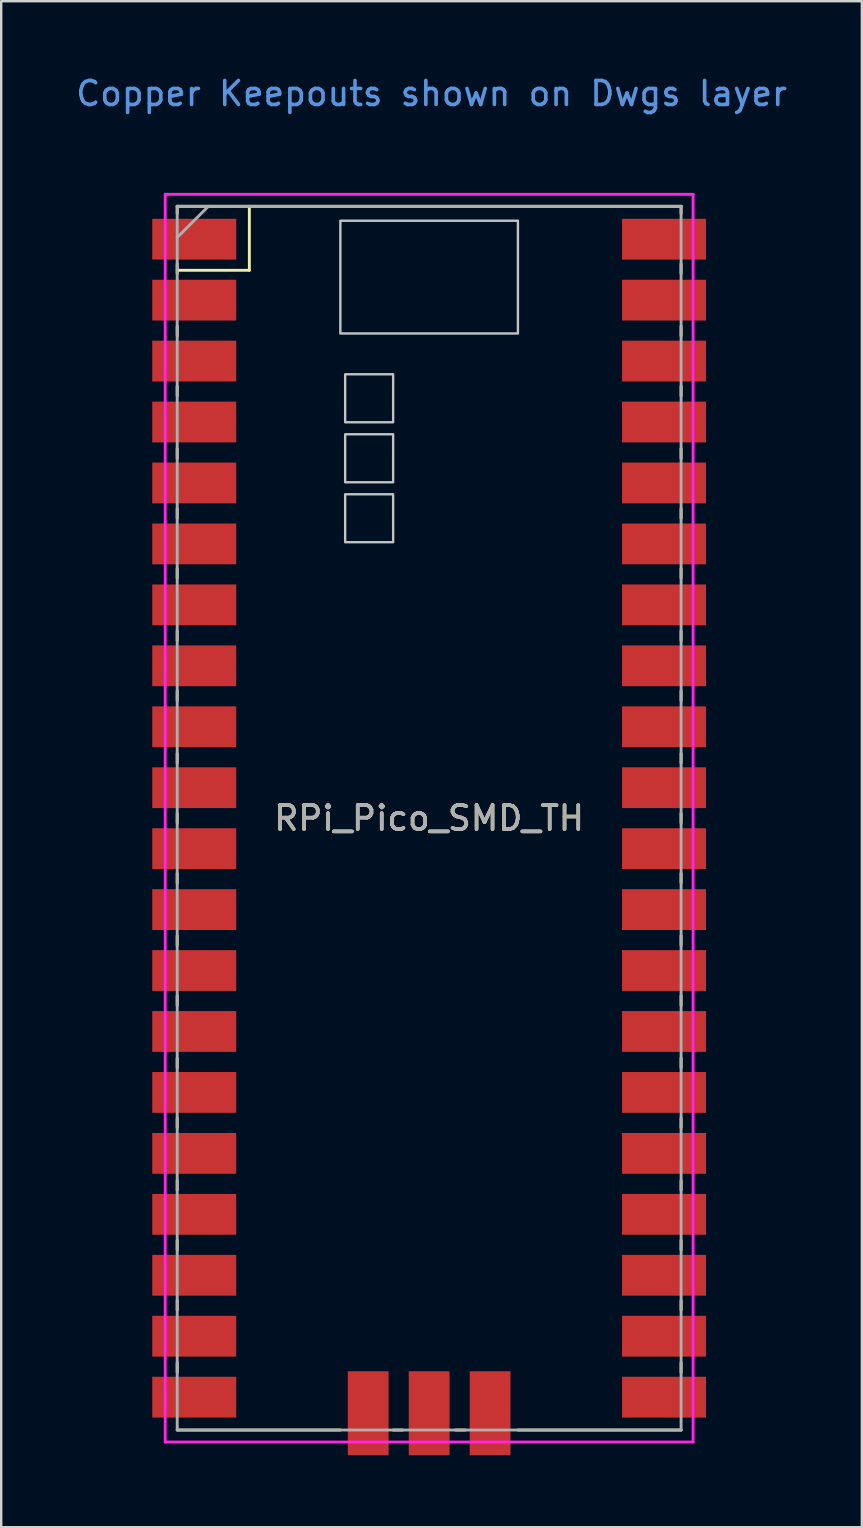
<source format=kicad_pcb>
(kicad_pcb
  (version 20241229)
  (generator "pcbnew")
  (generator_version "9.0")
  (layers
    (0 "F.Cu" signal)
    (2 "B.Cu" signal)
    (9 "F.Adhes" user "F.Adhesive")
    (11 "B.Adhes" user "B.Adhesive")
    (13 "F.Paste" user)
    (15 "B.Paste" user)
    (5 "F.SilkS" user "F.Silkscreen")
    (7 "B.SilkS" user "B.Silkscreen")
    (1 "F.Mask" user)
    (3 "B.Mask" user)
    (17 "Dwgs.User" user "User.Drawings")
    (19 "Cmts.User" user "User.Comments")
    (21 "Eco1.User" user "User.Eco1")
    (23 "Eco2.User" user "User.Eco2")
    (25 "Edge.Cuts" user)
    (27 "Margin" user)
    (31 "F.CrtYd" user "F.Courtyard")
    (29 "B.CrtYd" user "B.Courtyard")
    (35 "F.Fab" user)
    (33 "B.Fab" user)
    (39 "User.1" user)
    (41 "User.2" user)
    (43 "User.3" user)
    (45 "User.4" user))
  (footprint "RPi_Pico_SMD_TH"
    (layer "F.Cu")
    (at 14.835 31.048)
    (property "Reference" "RPi_Pico_SMD_TH" (at 0 0 0) (layer "F.SilkS") (effects (font (size 1 1) (thickness 0.15))))
    (attr through_hole)
    (fp_line (start -10.5 -25.5) (end -10.5 -25.2) (stroke (width 0.12) (type solid)) (layer "F.SilkS"))
    (fp_line (start -10.5 -25.5) (end 10.5 -25.5) (stroke (width 0.12) (type solid)) (layer "F.SilkS"))
    (fp_line (start -10.5 -23.1) (end -10.5 -22.7) (stroke (width 0.12) (type solid)) (layer "F.SilkS"))
    (fp_line (start -10.5 -22.833) (end -7.493 -22.833) (stroke (width 0.12) (type solid)) (layer "F.SilkS"))
    (fp_line (start -10.5 -20.5) (end -10.5 -20.1) (stroke (width 0.12) (type solid)) (layer "F.SilkS"))
    (fp_line (start -10.5 -18) (end -10.5 -17.6) (stroke (width 0.12) (type solid)) (layer "F.SilkS"))
    (fp_line (start -10.5 -15.4) (end -10.5 -15) (stroke (width 0.12) (type solid)) (layer "F.SilkS"))
    (fp_line (start -10.5 -12.9) (end -10.5 -12.5) (stroke (width 0.12) (type solid)) (layer "F.SilkS"))
    (fp_line (start -10.5 -10.4) (end -10.5 -10) (stroke (width 0.12) (type solid)) (layer "F.SilkS"))
    (fp_line (start -10.5 -7.8) (end -10.5 -7.4) (stroke (width 0.12) (type solid)) (layer "F.SilkS"))
    (fp_line (start -10.5 -5.3) (end -10.5 -4.9) (stroke (width 0.12) (type solid)) (layer "F.SilkS"))
    (fp_line (start -10.5 -2.7) (end -10.5 -2.3) (stroke (width 0.12) (type solid)) (layer "F.SilkS"))
    (fp_line (start -10.5 -0.2) (end -10.5 0.2) (stroke (width 0.12) (type solid)) (layer "F.SilkS"))
    (fp_line (start -10.5 2.3) (end -10.5 2.7) (stroke (width 0.12) (type solid)) (layer "F.SilkS"))
    (fp_line (start -10.5 4.9) (end -10.5 5.3) (stroke (width 0.12) (type solid)) (layer "F.SilkS"))
    (fp_line (start -10.5 7.4) (end -10.5 7.8) (stroke (width 0.12) (type solid)) (layer "F.SilkS"))
    (fp_line (start -10.5 10) (end -10.5 10.4) (stroke (width 0.12) (type solid)) (layer "F.SilkS"))
    (fp_line (start -10.5 12.5) (end -10.5 12.9) (stroke (width 0.12) (type solid)) (layer "F.SilkS"))
    (fp_line (start -10.5 15.1) (end -10.5 15.5) (stroke (width 0.12) (type solid)) (layer "F.SilkS"))
    (fp_line (start -10.5 17.6) (end -10.5 18) (stroke (width 0.12) (type solid)) (layer "F.SilkS"))
    (fp_line (start -10.5 20.1) (end -10.5 20.5) (stroke (width 0.12) (type solid)) (layer "F.SilkS"))
    (fp_line (start -10.5 22.7) (end -10.5 23.1) (stroke (width 0.12) (type solid)) (layer "F.SilkS"))
    (fp_line (start -7.493 -22.833) (end -7.493 -25.5) (stroke (width 0.12) (type solid)) (layer "F.SilkS"))
    (fp_line (start -3.7 25.5) (end -10.5 25.5) (stroke (width 0.12) (type solid)) (layer "F.SilkS"))
    (fp_line (start -1.5 25.5) (end -1.1 25.5) (stroke (width 0.12) (type solid)) (layer "F.SilkS"))
    (fp_line (start 1.1 25.5) (end 1.5 25.5) (stroke (width 0.12) (type solid)) (layer "F.SilkS"))
    (fp_line (start 10.5 -25.5) (end 10.5 -25.2) (stroke (width 0.12) (type solid)) (layer "F.SilkS"))
    (fp_line (start 10.5 -23.1) (end 10.5 -22.7) (stroke (width 0.12) (type solid)) (layer "F.SilkS"))
    (fp_line (start 10.5 -20.5) (end 10.5 -20.1) (stroke (width 0.12) (type solid)) (layer "F.SilkS"))
    (fp_line (start 10.5 -18) (end 10.5 -17.6) (stroke (width 0.12) (type solid)) (layer "F.SilkS"))
    (fp_line (start 10.5 -15.4) (end 10.5 -15) (stroke (width 0.12) (type solid)) (layer "F.SilkS"))
    (fp_line (start 10.5 -12.9) (end 10.5 -12.5) (stroke (width 0.12) (type solid)) (layer "F.SilkS"))
    (fp_line (start 10.5 -10.4) (end 10.5 -10) (stroke (width 0.12) (type solid)) (layer "F.SilkS"))
    (fp_line (start 10.5 -7.8) (end 10.5 -7.4) (stroke (width 0.12) (type solid)) (layer "F.SilkS"))
    (fp_line (start 10.5 -5.3) (end 10.5 -4.9) (stroke (width 0.12) (type solid)) (layer "F.SilkS"))
    (fp_line (start 10.5 -2.7) (end 10.5 -2.3) (stroke (width 0.12) (type solid)) (layer "F.SilkS"))
    (fp_line (start 10.5 -0.2) (end 10.5 0.2) (stroke (width 0.12) (type solid)) (layer "F.SilkS"))
    (fp_line (start 10.5 2.3) (end 10.5 2.7) (stroke (width 0.12) (type solid)) (layer "F.SilkS"))
    (fp_line (start 10.5 4.9) (end 10.5 5.3) (stroke (width 0.12) (type solid)) (layer "F.SilkS"))
    (fp_line (start 10.5 7.4) (end 10.5 7.8) (stroke (width 0.12) (type solid)) (layer "F.SilkS"))
    (fp_line (start 10.5 10) (end 10.5 10.4) (stroke (width 0.12) (type solid)) (layer "F.SilkS"))
    (fp_line (start 10.5 12.5) (end 10.5 12.9) (stroke (width 0.12) (type solid)) (layer "F.SilkS"))
    (fp_line (start 10.5 15.1) (end 10.5 15.5) (stroke (width 0.12) (type solid)) (layer "F.SilkS"))
    (fp_line (start 10.5 17.6) (end 10.5 18) (stroke (width 0.12) (type solid)) (layer "F.SilkS"))
    (fp_line (start 10.5 20.1) (end 10.5 20.5) (stroke (width 0.12) (type solid)) (layer "F.SilkS"))
    (fp_line (start 10.5 22.7) (end 10.5 23.1) (stroke (width 0.12) (type solid)) (layer "F.SilkS"))
    (fp_line (start 10.5 25.5) (end 3.7 25.5) (stroke (width 0.12) (type solid)) (layer "F.SilkS"))
    (fp_poly (pts (xy -1.5 -16.5) (xy -3.5 -16.5) (xy -3.5 -18.5) (xy -1.5 -18.5)) (stroke (width 0.1) (type solid)) (fill no) (layer "Dwgs.User"))
    (fp_poly (pts (xy -1.5 -14) (xy -3.5 -14) (xy -3.5 -16) (xy -1.5 -16)) (stroke (width 0.1) (type solid)) (fill no) (layer "Dwgs.User"))
    (fp_poly (pts (xy -1.5 -11.5) (xy -3.5 -11.5) (xy -3.5 -13.5) (xy -1.5 -13.5)) (stroke (width 0.1) (type solid)) (fill no) (layer "Dwgs.User"))
    (fp_poly (pts (xy 3.7 -20.2) (xy -3.7 -20.2) (xy -3.7 -24.9) (xy 3.7 -24.9)) (stroke (width 0.1) (type solid)) (fill no) (layer "Dwgs.User"))
    (fp_line (start -11 -26) (end 11 -26) (stroke (width 0.12) (type solid)) (layer "F.CrtYd"))
    (fp_line (start -11 26) (end -11 -26) (stroke (width 0.12) (type solid)) (layer "F.CrtYd"))
    (fp_line (start 11 -26) (end 11 26) (stroke (width 0.12) (type solid)) (layer "F.CrtYd"))
    (fp_line (start 11 26) (end -11 26) (stroke (width 0.12) (type solid)) (layer "F.CrtYd"))
    (fp_line (start -10.5 -25.5) (end 10.5 -25.5) (stroke (width 0.12) (type solid)) (layer "F.Fab"))
    (fp_line (start -10.5 -24.2) (end -9.2 -25.5) (stroke (width 0.12) (type solid)) (layer "F.Fab"))
    (fp_line (start -10.5 25.5) (end -10.5 -25.5) (stroke (width 0.12) (type solid)) (layer "F.Fab"))
    (fp_line (start 10.5 -25.5) (end 10.5 25.5) (stroke (width 0.12) (type solid)) (layer "F.Fab"))
    (fp_line (start 10.5 25.5) (end -10.5 25.5) (stroke (width 0.12) (type solid)) (layer "F.Fab"))
    (fp_text user "Copper Keepouts shown on Dwgs layer" (at 0.1 -30.2 0) (layer "Cmts.User") (effects (font (size 1 1) (thickness 0.15))))
    (fp_text user "${REFERENCE}" (at 0 0 180) (layer "F.Fab") (effects (font (size 1 1) (thickness 0.15))))
    (pad "1" smd rect (at -8.89 -24.13) (size 3.5 1.7) (drill (offset -0.9 0)) (layers "F.Cu" "F.Mask"))
    (pad "2" smd rect (at -8.89 -21.59) (size 3.5 1.7) (drill (offset -0.9 0)) (layers "F.Cu" "F.Mask"))
    (pad "3" smd rect (at -8.89 -19.05) (size 3.5 1.7) (drill (offset -0.9 0)) (layers "F.Cu" "F.Mask"))
    (pad "4" smd rect (at -8.89 -16.51) (size 3.5 1.7) (drill (offset -0.9 0)) (layers "F.Cu" "F.Mask"))
    (pad "5" smd rect (at -8.89 -13.97) (size 3.5 1.7) (drill (offset -0.9 0)) (layers "F.Cu" "F.Mask"))
    (pad "6" smd rect (at -8.89 -11.43) (size 3.5 1.7) (drill (offset -0.9 0)) (layers "F.Cu" "F.Mask"))
    (pad "7" smd rect (at -8.89 -8.89) (size 3.5 1.7) (drill (offset -0.9 0)) (layers "F.Cu" "F.Mask"))
    (pad "8" smd rect (at -8.89 -6.35) (size 3.5 1.7) (drill (offset -0.9 0)) (layers "F.Cu" "F.Mask"))
    (pad "9" smd rect (at -8.89 -3.81) (size 3.5 1.7) (drill (offset -0.9 0)) (layers "F.Cu" "F.Mask"))
    (pad "10" smd rect (at -8.89 -1.27) (size 3.5 1.7) (drill (offset -0.9 0)) (layers "F.Cu" "F.Mask"))
    (pad "11" smd rect (at -8.89 1.27) (size 3.5 1.7) (drill (offset -0.9 0)) (layers "F.Cu" "F.Mask"))
    (pad "12" smd rect (at -8.89 3.81) (size 3.5 1.7) (drill (offset -0.9 0)) (layers "F.Cu" "F.Mask"))
    (pad "13" smd rect (at -8.89 6.35) (size 3.5 1.7) (drill (offset -0.9 0)) (layers "F.Cu" "F.Mask"))
    (pad "14" smd rect (at -8.89 8.89) (size 3.5 1.7) (drill (offset -0.9 0)) (layers "F.Cu" "F.Mask"))
    (pad "15" smd rect (at -8.89 11.43) (size 3.5 1.7) (drill (offset -0.9 0)) (layers "F.Cu" "F.Mask"))
    (pad "16" smd rect (at -8.89 13.97) (size 3.5 1.7) (drill (offset -0.9 0)) (layers "F.Cu" "F.Mask"))
    (pad "17" smd rect (at -8.89 16.51) (size 3.5 1.7) (drill (offset -0.9 0)) (layers "F.Cu" "F.Mask"))
    (pad "18" smd rect (at -8.89 19.05) (size 3.5 1.7) (drill (offset -0.9 0)) (layers "F.Cu" "F.Mask"))
    (pad "19" smd rect (at -8.89 21.59) (size 3.5 1.7) (drill (offset -0.9 0)) (layers "F.Cu" "F.Mask"))
    (pad "20" smd rect (at -8.89 24.13) (size 3.5 1.7) (drill (offset -0.9 0)) (layers "F.Cu" "F.Mask"))
    (pad "21" smd rect (at 8.89 24.13) (size 3.5 1.7) (drill (offset 0.9 0)) (layers "F.Cu" "F.Mask"))
    (pad "22" smd rect (at 8.89 21.59) (size 3.5 1.7) (drill (offset 0.9 0)) (layers "F.Cu" "F.Mask"))
    (pad "23" smd rect (at 8.89 19.05) (size 3.5 1.7) (drill (offset 0.9 0)) (layers "F.Cu" "F.Mask"))
    (pad "24" smd rect (at 8.89 16.51) (size 3.5 1.7) (drill (offset 0.9 0)) (layers "F.Cu" "F.Mask"))
    (pad "25" smd rect (at 8.89 13.97) (size 3.5 1.7) (drill (offset 0.9 0)) (layers "F.Cu" "F.Mask"))
    (pad "26" smd rect (at 8.89 11.43) (size 3.5 1.7) (drill (offset 0.9 0)) (layers "F.Cu" "F.Mask"))
    (pad "27" smd rect (at 8.89 8.89) (size 3.5 1.7) (drill (offset 0.9 0)) (layers "F.Cu" "F.Mask"))
    (pad "28" smd rect (at 8.89 6.35) (size 3.5 1.7) (drill (offset 0.9 0)) (layers "F.Cu" "F.Mask"))
    (pad "29" smd rect (at 8.89 3.81) (size 3.5 1.7) (drill (offset 0.9 0)) (layers "F.Cu" "F.Mask"))
    (pad "30" smd rect (at 8.89 1.27) (size 3.5 1.7) (drill (offset 0.9 0)) (layers "F.Cu" "F.Mask"))
    (pad "31" smd rect (at 8.89 -1.27) (size 3.5 1.7) (drill (offset 0.9 0)) (layers "F.Cu" "F.Mask"))
    (pad "32" smd rect (at 8.89 -3.81) (size 3.5 1.7) (drill (offset 0.9 0)) (layers "F.Cu" "F.Mask"))
    (pad "33" smd rect (at 8.89 -6.35) (size 3.5 1.7) (drill (offset 0.9 0)) (layers "F.Cu" "F.Mask"))
    (pad "34" smd rect (at 8.89 -8.89) (size 3.5 1.7) (drill (offset 0.9 0)) (layers "F.Cu" "F.Mask"))
    (pad "35" smd rect (at 8.89 -11.43) (size 3.5 1.7) (drill (offset 0.9 0)) (layers "F.Cu" "F.Mask"))
    (pad "36" smd rect (at 8.89 -13.97) (size 3.5 1.7) (drill (offset 0.9 0)) (layers "F.Cu" "F.Mask"))
    (pad "37" smd rect (at 8.89 -16.51) (size 3.5 1.7) (drill (offset 0.9 0)) (layers "F.Cu" "F.Mask"))
    (pad "38" smd rect (at 8.89 -19.05) (size 3.5 1.7) (drill (offset 0.9 0)) (layers "F.Cu" "F.Mask"))
    (pad "39" smd rect (at 8.89 -21.59) (size 3.5 1.7) (drill (offset 0.9 0)) (layers "F.Cu" "F.Mask"))
    (pad "40" smd rect (at 8.89 -24.13) (size 3.5 1.7) (drill (offset 0.9 0)) (layers "F.Cu" "F.Mask"))
    (pad "41" smd rect (at -2.54 23.9 90) (size 3.5 1.7) (drill (offset -0.9 0)) (layers "F.Cu" "F.Mask"))
    (pad "42" smd rect (at 0 23.9 90) (size 3.5 1.7) (drill (offset -0.9 0)) (layers "F.Cu" "F.Mask"))
    (pad "43" smd rect (at 2.54 23.9 90) (size 3.5 1.7) (drill (offset -0.9 0)) (layers "F.Cu" "F.Mask")))
  (gr_rect
    (start -3 -3)
    (end 32.869 60.598)
    (stroke (width 0.1) (type default))
    (fill no)
    (layer "Edge.Cuts")))
</source>
